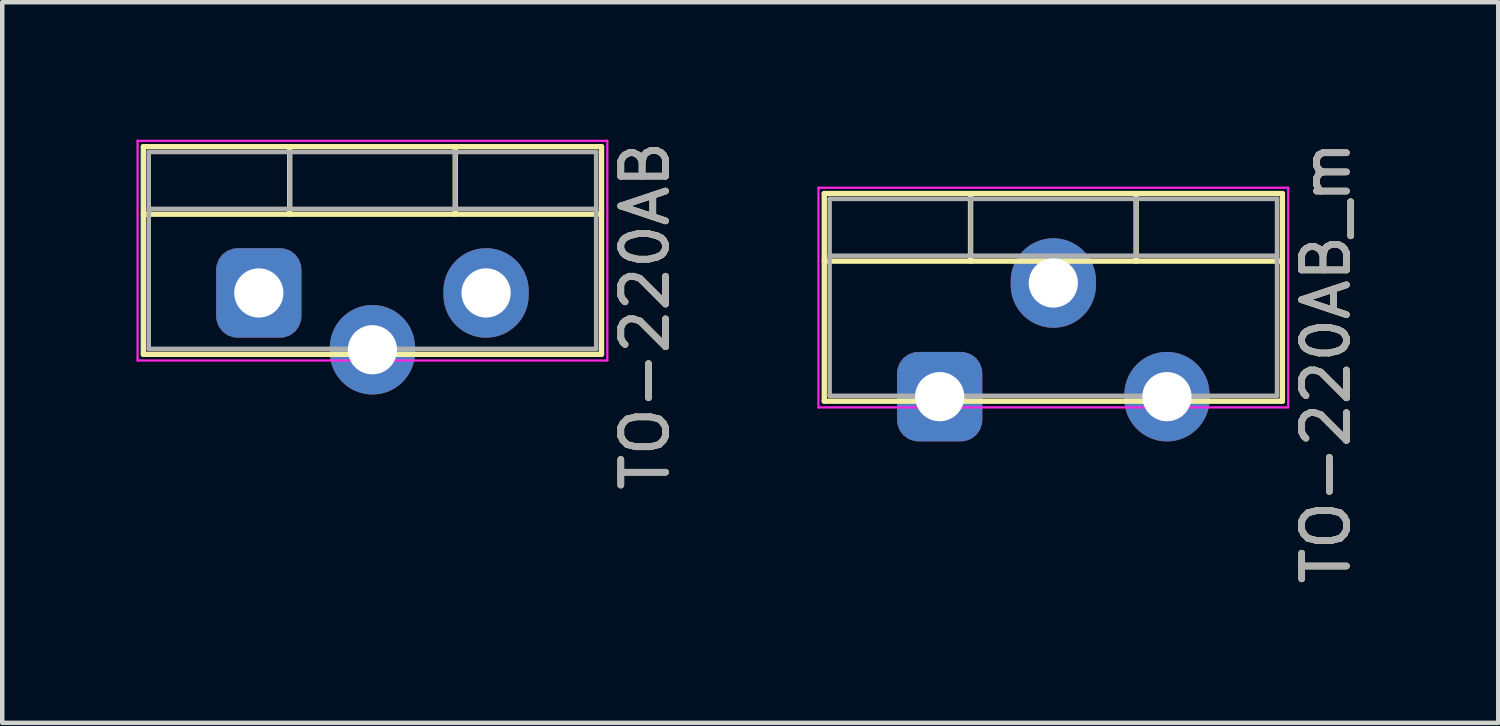
<source format=kicad_pcb>
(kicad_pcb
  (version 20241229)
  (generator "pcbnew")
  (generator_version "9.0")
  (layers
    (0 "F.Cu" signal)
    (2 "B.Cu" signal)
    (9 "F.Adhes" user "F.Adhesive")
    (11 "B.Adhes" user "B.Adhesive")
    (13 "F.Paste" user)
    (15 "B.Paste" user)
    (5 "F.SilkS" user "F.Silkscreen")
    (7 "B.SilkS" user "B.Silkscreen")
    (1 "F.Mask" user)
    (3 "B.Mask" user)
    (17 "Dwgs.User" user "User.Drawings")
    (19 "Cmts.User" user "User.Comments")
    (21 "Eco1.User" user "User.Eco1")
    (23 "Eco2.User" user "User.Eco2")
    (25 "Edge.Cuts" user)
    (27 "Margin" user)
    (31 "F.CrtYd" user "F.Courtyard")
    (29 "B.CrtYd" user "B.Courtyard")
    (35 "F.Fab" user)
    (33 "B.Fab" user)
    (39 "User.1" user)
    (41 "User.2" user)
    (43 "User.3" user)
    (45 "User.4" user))
  (footprint "TO-220AB"
    (layer "F.Cu")
    (at 2.735 3.498)
    (property "Reference" "TO-220AB" (at 8.636 0.508 90) (layer "F.SilkS") (effects (font (size 1 1) (thickness 0.15))))
    (attr through_hole)
    (fp_line (start -2.58 -3.27) (end -2.58 1.371) (stroke (width 0.12) (type solid)) (layer "F.SilkS"))
    (fp_line (start -2.58 -3.27) (end 7.66 -3.27) (stroke (width 0.12) (type solid)) (layer "F.SilkS"))
    (fp_line (start -2.58 -1.76) (end 7.66 -1.76) (stroke (width 0.12) (type solid)) (layer "F.SilkS"))
    (fp_line (start -2.58 1.371) (end 7.66 1.371) (stroke (width 0.12) (type solid)) (layer "F.SilkS"))
    (fp_line (start 0.69 -3.27) (end 0.69 -1.76) (stroke (width 0.12) (type solid)) (layer "F.SilkS"))
    (fp_line (start 4.391 -3.27) (end 4.391 -1.76) (stroke (width 0.12) (type solid)) (layer "F.SilkS"))
    (fp_line (start 7.66 -3.27) (end 7.66 1.371) (stroke (width 0.12) (type solid)) (layer "F.SilkS"))
    (fp_line (start -2.71 -3.4) (end -2.71 1.51) (stroke (width 0.05) (type solid)) (layer "F.CrtYd"))
    (fp_line (start -2.71 1.51) (end 7.79 1.51) (stroke (width 0.05) (type solid)) (layer "F.CrtYd"))
    (fp_line (start 7.79 -3.4) (end -2.71 -3.4) (stroke (width 0.05) (type solid)) (layer "F.CrtYd"))
    (fp_line (start 7.79 1.51) (end 7.79 -3.4) (stroke (width 0.05) (type solid)) (layer "F.CrtYd"))
    (fp_line (start -2.46 -3.15) (end -2.46 1.25) (stroke (width 0.1) (type solid)) (layer "F.Fab"))
    (fp_line (start -2.46 -1.88) (end 7.54 -1.88) (stroke (width 0.1) (type solid)) (layer "F.Fab"))
    (fp_line (start -2.46 1.25) (end 7.54 1.25) (stroke (width 0.1) (type solid)) (layer "F.Fab"))
    (fp_line (start 0.69 -3.15) (end 0.69 -1.88) (stroke (width 0.1) (type solid)) (layer "F.Fab"))
    (fp_line (start 4.39 -3.15) (end 4.39 -1.88) (stroke (width 0.1) (type solid)) (layer "F.Fab"))
    (fp_line (start 7.54 -3.15) (end -2.46 -3.15) (stroke (width 0.1) (type solid)) (layer "F.Fab"))
    (fp_line (start 7.54 1.25) (end 7.54 -3.15) (stroke (width 0.1) (type solid)) (layer "F.Fab"))
    (fp_text user "${REFERENCE}" (at 8.636 0.508 90) (layer "F.Fab") (effects (font (size 1 1) (thickness 0.15))))
    (pad "1" thru_hole roundrect (at 0 0) (size 1.905 2) (drill 1.1) (layers "*.Cu" "*.Mask") (roundrect_rratio 0.25))
    (pad "2" thru_hole oval (at 2.54 1.27) (size 1.905 2) (drill 1.1) (layers "*.Cu" "*.Mask"))
    (pad "3" thru_hole oval (at 5.08 0) (size 1.905 2) (drill 1.1) (layers "*.Cu" "*.Mask")))
  (footprint "TO-220AB_m"
    (layer "F.Cu")
    (at 17.954 4.546)
    (property "Reference" "TO-220AB_m" (at 8.636 0.508 90) (layer "F.SilkS") (effects (font (size 1 1) (thickness 0.15))))
    (attr through_hole)
    (fp_line (start -2.58 -3.27) (end -2.58 1.371) (stroke (width 0.12) (type solid)) (layer "F.SilkS"))
    (fp_line (start -2.58 -3.27) (end 7.66 -3.27) (stroke (width 0.12) (type solid)) (layer "F.SilkS"))
    (fp_line (start -2.58 -1.76) (end 7.66 -1.76) (stroke (width 0.12) (type solid)) (layer "F.SilkS"))
    (fp_line (start -2.58 1.371) (end 7.66 1.371) (stroke (width 0.12) (type solid)) (layer "F.SilkS"))
    (fp_line (start 0.69 -3.27) (end 0.69 -1.76) (stroke (width 0.12) (type solid)) (layer "F.SilkS"))
    (fp_line (start 4.391 -3.27) (end 4.391 -1.76) (stroke (width 0.12) (type solid)) (layer "F.SilkS"))
    (fp_line (start 7.66 -3.27) (end 7.66 1.371) (stroke (width 0.12) (type solid)) (layer "F.SilkS"))
    (fp_line (start -2.71 -3.4) (end -2.71 1.51) (stroke (width 0.05) (type solid)) (layer "F.CrtYd"))
    (fp_line (start -2.71 1.51) (end 7.79 1.51) (stroke (width 0.05) (type solid)) (layer "F.CrtYd"))
    (fp_line (start 7.79 -3.4) (end -2.71 -3.4) (stroke (width 0.05) (type solid)) (layer "F.CrtYd"))
    (fp_line (start 7.79 1.51) (end 7.79 -3.4) (stroke (width 0.05) (type solid)) (layer "F.CrtYd"))
    (fp_line (start -2.46 -3.15) (end -2.46 1.25) (stroke (width 0.1) (type solid)) (layer "F.Fab"))
    (fp_line (start -2.46 -1.88) (end 7.54 -1.88) (stroke (width 0.1) (type solid)) (layer "F.Fab"))
    (fp_line (start -2.46 1.25) (end 7.54 1.25) (stroke (width 0.1) (type solid)) (layer "F.Fab"))
    (fp_line (start 0.69 -3.15) (end 0.69 -1.88) (stroke (width 0.1) (type solid)) (layer "F.Fab"))
    (fp_line (start 4.39 -3.15) (end 4.39 -1.88) (stroke (width 0.1) (type solid)) (layer "F.Fab"))
    (fp_line (start 7.54 -3.15) (end -2.46 -3.15) (stroke (width 0.1) (type solid)) (layer "F.Fab"))
    (fp_line (start 7.54 1.25) (end 7.54 -3.15) (stroke (width 0.1) (type solid)) (layer "F.Fab"))
    (fp_text user "${REFERENCE}" (at 8.636 0.508 90) (layer "F.Fab") (effects (font (size 1 1) (thickness 0.15))))
    (pad "1" thru_hole roundrect (at 0 1.27) (size 1.905 2) (drill 1.1) (layers "*.Cu" "*.Mask") (roundrect_rratio 0.25))
    (pad "2" thru_hole oval (at 2.54 -1.27) (size 1.905 2) (drill 1.1) (layers "*.Cu" "*.Mask"))
    (pad "3" thru_hole oval (at 5.08 1.27) (size 1.905 2) (drill 1.1) (layers "*.Cu" "*.Mask")))
  (gr_rect
    (start -3 -3)
    (end 30.439 13.107)
    (stroke (width 0.1) (type default))
    (fill no)
    (layer "Edge.Cuts")))
</source>
